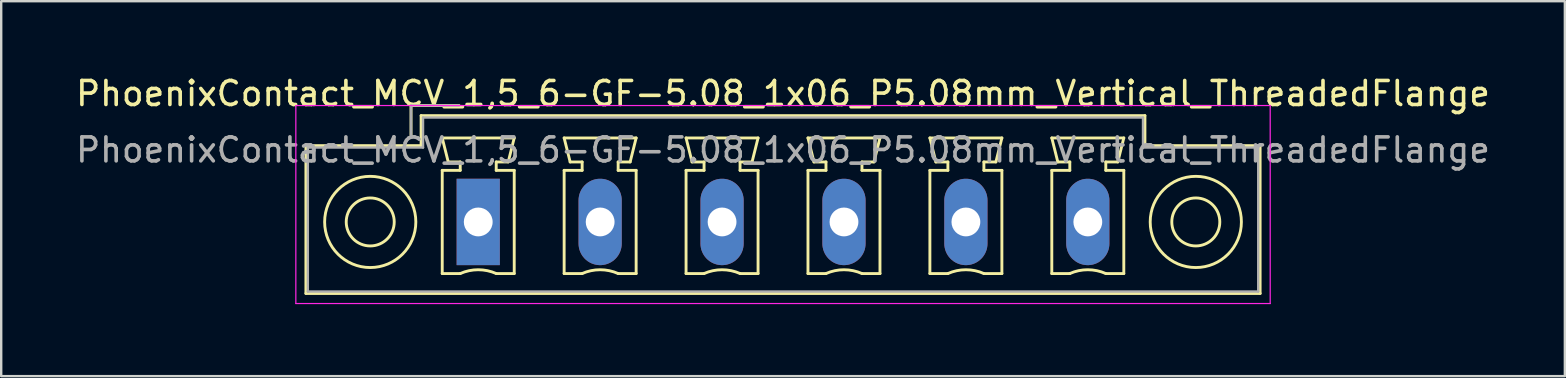
<source format=kicad_pcb>
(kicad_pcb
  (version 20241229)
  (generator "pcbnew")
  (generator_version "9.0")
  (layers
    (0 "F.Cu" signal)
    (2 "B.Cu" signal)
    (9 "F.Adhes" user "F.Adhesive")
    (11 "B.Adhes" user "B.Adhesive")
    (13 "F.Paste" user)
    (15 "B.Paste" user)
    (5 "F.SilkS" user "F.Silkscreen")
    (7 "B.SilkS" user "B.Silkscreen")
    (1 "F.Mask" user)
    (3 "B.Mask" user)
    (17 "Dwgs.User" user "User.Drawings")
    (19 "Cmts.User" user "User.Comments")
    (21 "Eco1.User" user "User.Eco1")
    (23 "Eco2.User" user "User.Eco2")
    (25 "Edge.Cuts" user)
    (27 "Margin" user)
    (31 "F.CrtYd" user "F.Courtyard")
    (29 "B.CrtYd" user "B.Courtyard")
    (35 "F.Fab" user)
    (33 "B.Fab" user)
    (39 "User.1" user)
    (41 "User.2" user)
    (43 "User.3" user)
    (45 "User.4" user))
  (footprint "PhoenixContact_MCV_1,5_6-GF-5.08_1x06_P5.08mm_Vertical_ThreadedFlange"
    (layer "F.Cu")
    (at 16.877 6.198)
    (property "Reference" "PhoenixContact_MCV_1,5_6-GF-5.08_1x06_P5.08mm_Vertical_ThreadedFlange" (at 12.7 -5.35 0) (layer "F.SilkS") (effects (font (size 1 1) (thickness 0.15))))
    (attr through_hole)
    (fp_line (start -7.18 -3.18) (end -7.18 2.98) (stroke (width 0.12) (type solid)) (layer "F.SilkS"))
    (fp_line (start -7.18 2.98) (end 32.58 2.98) (stroke (width 0.12) (type solid)) (layer "F.SilkS"))
    (fp_line (start -2.8 -4.85) (end -0.8 -4.85) (stroke (width 0.12) (type solid)) (layer "F.SilkS"))
    (fp_line (start -2.8 -3.6) (end -2.8 -4.85) (stroke (width 0.12) (type solid)) (layer "F.SilkS"))
    (fp_line (start -2.38 -4.43) (end -2.38 -3.18) (stroke (width 0.12) (type solid)) (layer "F.SilkS"))
    (fp_line (start -2.38 -3.18) (end -7.18 -3.18) (stroke (width 0.12) (type solid)) (layer "F.SilkS"))
    (fp_line (start -1.5 -3.5) (end 1.5 -3.5) (stroke (width 0.12) (type solid)) (layer "F.SilkS"))
    (fp_line (start -1.5 -2.15) (end -0.75 -2.15) (stroke (width 0.12) (type solid)) (layer "F.SilkS"))
    (fp_line (start -1.5 2.15) (end -1.5 -2.15) (stroke (width 0.12) (type solid)) (layer "F.SilkS"))
    (fp_line (start -1.25 -2.5) (end -1.5 -3.5) (stroke (width 0.12) (type solid)) (layer "F.SilkS"))
    (fp_line (start -0.75 -2.5) (end -1.25 -2.5) (stroke (width 0.12) (type solid)) (layer "F.SilkS"))
    (fp_line (start -0.75 -2.15) (end -0.75 -2.5) (stroke (width 0.12) (type solid)) (layer "F.SilkS"))
    (fp_line (start -0.75 2.15) (end -1.5 2.15) (stroke (width 0.12) (type solid)) (layer "F.SilkS"))
    (fp_line (start 0.75 -2.5) (end 0.75 -2.15) (stroke (width 0.12) (type solid)) (layer "F.SilkS"))
    (fp_line (start 0.75 -2.15) (end 1.5 -2.15) (stroke (width 0.12) (type solid)) (layer "F.SilkS"))
    (fp_line (start 1.25 -2.5) (end 0.75 -2.5) (stroke (width 0.12) (type solid)) (layer "F.SilkS"))
    (fp_line (start 1.5 -3.5) (end 1.25 -2.5) (stroke (width 0.12) (type solid)) (layer "F.SilkS"))
    (fp_line (start 1.5 -2.15) (end 1.5 2.15) (stroke (width 0.12) (type solid)) (layer "F.SilkS"))
    (fp_line (start 1.5 2.15) (end 0.75 2.15) (stroke (width 0.12) (type solid)) (layer "F.SilkS"))
    (fp_line (start 3.58 -3.5) (end 6.58 -3.5) (stroke (width 0.12) (type solid)) (layer "F.SilkS"))
    (fp_line (start 3.58 -2.15) (end 4.33 -2.15) (stroke (width 0.12) (type solid)) (layer "F.SilkS"))
    (fp_line (start 3.58 2.15) (end 3.58 -2.15) (stroke (width 0.12) (type solid)) (layer "F.SilkS"))
    (fp_line (start 3.83 -2.5) (end 3.58 -3.5) (stroke (width 0.12) (type solid)) (layer "F.SilkS"))
    (fp_line (start 4.33 -2.5) (end 3.83 -2.5) (stroke (width 0.12) (type solid)) (layer "F.SilkS"))
    (fp_line (start 4.33 -2.15) (end 4.33 -2.5) (stroke (width 0.12) (type solid)) (layer "F.SilkS"))
    (fp_line (start 4.33 2.15) (end 3.58 2.15) (stroke (width 0.12) (type solid)) (layer "F.SilkS"))
    (fp_line (start 5.83 -2.5) (end 5.83 -2.15) (stroke (width 0.12) (type solid)) (layer "F.SilkS"))
    (fp_line (start 5.83 -2.15) (end 6.58 -2.15) (stroke (width 0.12) (type solid)) (layer "F.SilkS"))
    (fp_line (start 6.33 -2.5) (end 5.83 -2.5) (stroke (width 0.12) (type solid)) (layer "F.SilkS"))
    (fp_line (start 6.58 -3.5) (end 6.33 -2.5) (stroke (width 0.12) (type solid)) (layer "F.SilkS"))
    (fp_line (start 6.58 -2.15) (end 6.58 2.15) (stroke (width 0.12) (type solid)) (layer "F.SilkS"))
    (fp_line (start 6.58 2.15) (end 5.83 2.15) (stroke (width 0.12) (type solid)) (layer "F.SilkS"))
    (fp_line (start 8.66 -3.5) (end 11.66 -3.5) (stroke (width 0.12) (type solid)) (layer "F.SilkS"))
    (fp_line (start 8.66 -2.15) (end 9.41 -2.15) (stroke (width 0.12) (type solid)) (layer "F.SilkS"))
    (fp_line (start 8.66 2.15) (end 8.66 -2.15) (stroke (width 0.12) (type solid)) (layer "F.SilkS"))
    (fp_line (start 8.91 -2.5) (end 8.66 -3.5) (stroke (width 0.12) (type solid)) (layer "F.SilkS"))
    (fp_line (start 9.41 -2.5) (end 8.91 -2.5) (stroke (width 0.12) (type solid)) (layer "F.SilkS"))
    (fp_line (start 9.41 -2.15) (end 9.41 -2.5) (stroke (width 0.12) (type solid)) (layer "F.SilkS"))
    (fp_line (start 9.41 2.15) (end 8.66 2.15) (stroke (width 0.12) (type solid)) (layer "F.SilkS"))
    (fp_line (start 10.91 -2.5) (end 10.91 -2.15) (stroke (width 0.12) (type solid)) (layer "F.SilkS"))
    (fp_line (start 10.91 -2.15) (end 11.66 -2.15) (stroke (width 0.12) (type solid)) (layer "F.SilkS"))
    (fp_line (start 11.41 -2.5) (end 10.91 -2.5) (stroke (width 0.12) (type solid)) (layer "F.SilkS"))
    (fp_line (start 11.66 -3.5) (end 11.41 -2.5) (stroke (width 0.12) (type solid)) (layer "F.SilkS"))
    (fp_line (start 11.66 -2.15) (end 11.66 2.15) (stroke (width 0.12) (type solid)) (layer "F.SilkS"))
    (fp_line (start 11.66 2.15) (end 10.91 2.15) (stroke (width 0.12) (type solid)) (layer "F.SilkS"))
    (fp_line (start 13.74 -3.5) (end 16.74 -3.5) (stroke (width 0.12) (type solid)) (layer "F.SilkS"))
    (fp_line (start 13.74 -2.15) (end 14.49 -2.15) (stroke (width 0.12) (type solid)) (layer "F.SilkS"))
    (fp_line (start 13.74 2.15) (end 13.74 -2.15) (stroke (width 0.12) (type solid)) (layer "F.SilkS"))
    (fp_line (start 13.99 -2.5) (end 13.74 -3.5) (stroke (width 0.12) (type solid)) (layer "F.SilkS"))
    (fp_line (start 14.49 -2.5) (end 13.99 -2.5) (stroke (width 0.12) (type solid)) (layer "F.SilkS"))
    (fp_line (start 14.49 -2.15) (end 14.49 -2.5) (stroke (width 0.12) (type solid)) (layer "F.SilkS"))
    (fp_line (start 14.49 2.15) (end 13.74 2.15) (stroke (width 0.12) (type solid)) (layer "F.SilkS"))
    (fp_line (start 15.99 -2.5) (end 15.99 -2.15) (stroke (width 0.12) (type solid)) (layer "F.SilkS"))
    (fp_line (start 15.99 -2.15) (end 16.74 -2.15) (stroke (width 0.12) (type solid)) (layer "F.SilkS"))
    (fp_line (start 16.49 -2.5) (end 15.99 -2.5) (stroke (width 0.12) (type solid)) (layer "F.SilkS"))
    (fp_line (start 16.74 -3.5) (end 16.49 -2.5) (stroke (width 0.12) (type solid)) (layer "F.SilkS"))
    (fp_line (start 16.74 -2.15) (end 16.74 2.15) (stroke (width 0.12) (type solid)) (layer "F.SilkS"))
    (fp_line (start 16.74 2.15) (end 15.99 2.15) (stroke (width 0.12) (type solid)) (layer "F.SilkS"))
    (fp_line (start 18.82 -3.5) (end 21.82 -3.5) (stroke (width 0.12) (type solid)) (layer "F.SilkS"))
    (fp_line (start 18.82 -2.15) (end 19.57 -2.15) (stroke (width 0.12) (type solid)) (layer "F.SilkS"))
    (fp_line (start 18.82 2.15) (end 18.82 -2.15) (stroke (width 0.12) (type solid)) (layer "F.SilkS"))
    (fp_line (start 19.07 -2.5) (end 18.82 -3.5) (stroke (width 0.12) (type solid)) (layer "F.SilkS"))
    (fp_line (start 19.57 -2.5) (end 19.07 -2.5) (stroke (width 0.12) (type solid)) (layer "F.SilkS"))
    (fp_line (start 19.57 -2.15) (end 19.57 -2.5) (stroke (width 0.12) (type solid)) (layer "F.SilkS"))
    (fp_line (start 19.57 2.15) (end 18.82 2.15) (stroke (width 0.12) (type solid)) (layer "F.SilkS"))
    (fp_line (start 21.07 -2.5) (end 21.07 -2.15) (stroke (width 0.12) (type solid)) (layer "F.SilkS"))
    (fp_line (start 21.07 -2.15) (end 21.82 -2.15) (stroke (width 0.12) (type solid)) (layer "F.SilkS"))
    (fp_line (start 21.57 -2.5) (end 21.07 -2.5) (stroke (width 0.12) (type solid)) (layer "F.SilkS"))
    (fp_line (start 21.82 -3.5) (end 21.57 -2.5) (stroke (width 0.12) (type solid)) (layer "F.SilkS"))
    (fp_line (start 21.82 -2.15) (end 21.82 2.15) (stroke (width 0.12) (type solid)) (layer "F.SilkS"))
    (fp_line (start 21.82 2.15) (end 21.07 2.15) (stroke (width 0.12) (type solid)) (layer "F.SilkS"))
    (fp_line (start 23.9 -3.5) (end 26.9 -3.5) (stroke (width 0.12) (type solid)) (layer "F.SilkS"))
    (fp_line (start 23.9 -2.15) (end 24.65 -2.15) (stroke (width 0.12) (type solid)) (layer "F.SilkS"))
    (fp_line (start 23.9 2.15) (end 23.9 -2.15) (stroke (width 0.12) (type solid)) (layer "F.SilkS"))
    (fp_line (start 24.15 -2.5) (end 23.9 -3.5) (stroke (width 0.12) (type solid)) (layer "F.SilkS"))
    (fp_line (start 24.65 -2.5) (end 24.15 -2.5) (stroke (width 0.12) (type solid)) (layer "F.SilkS"))
    (fp_line (start 24.65 -2.15) (end 24.65 -2.5) (stroke (width 0.12) (type solid)) (layer "F.SilkS"))
    (fp_line (start 24.65 2.15) (end 23.9 2.15) (stroke (width 0.12) (type solid)) (layer "F.SilkS"))
    (fp_line (start 26.15 -2.5) (end 26.15 -2.15) (stroke (width 0.12) (type solid)) (layer "F.SilkS"))
    (fp_line (start 26.15 -2.15) (end 26.9 -2.15) (stroke (width 0.12) (type solid)) (layer "F.SilkS"))
    (fp_line (start 26.65 -2.5) (end 26.15 -2.5) (stroke (width 0.12) (type solid)) (layer "F.SilkS"))
    (fp_line (start 26.9 -3.5) (end 26.65 -2.5) (stroke (width 0.12) (type solid)) (layer "F.SilkS"))
    (fp_line (start 26.9 -2.15) (end 26.9 2.15) (stroke (width 0.12) (type solid)) (layer "F.SilkS"))
    (fp_line (start 26.9 2.15) (end 26.15 2.15) (stroke (width 0.12) (type solid)) (layer "F.SilkS"))
    (fp_line (start 27.78 -4.43) (end -2.38 -4.43) (stroke (width 0.12) (type solid)) (layer "F.SilkS"))
    (fp_line (start 27.78 -3.18) (end 27.78 -4.43) (stroke (width 0.12) (type solid)) (layer "F.SilkS"))
    (fp_line (start 32.58 -3.18) (end 27.78 -3.18) (stroke (width 0.12) (type solid)) (layer "F.SilkS"))
    (fp_line (start 32.58 2.98) (end 32.58 -3.18) (stroke (width 0.12) (type solid)) (layer "F.SilkS"))
    (fp_arc (start -0.75 2.15) (mid -0.000193 1.99191) (end 0.749647 2.149844) (stroke (width 0.12) (type solid)) (layer "F.SilkS"))
    (fp_arc (start 4.33 2.15) (mid 5.079807 1.99191) (end 5.829647 2.149844) (stroke (width 0.12) (type solid)) (layer "F.SilkS"))
    (fp_arc (start 9.41 2.15) (mid 10.159807 1.99191) (end 10.909647 2.149844) (stroke (width 0.12) (type solid)) (layer "F.SilkS"))
    (fp_arc (start 14.49 2.15) (mid 15.239807 1.99191) (end 15.989647 2.149844) (stroke (width 0.12) (type solid)) (layer "F.SilkS"))
    (fp_arc (start 19.57 2.15) (mid 20.319807 1.99191) (end 21.069647 2.149844) (stroke (width 0.12) (type solid)) (layer "F.SilkS"))
    (fp_arc (start 24.65 2.15) (mid 25.399807 1.99191) (end 26.149647 2.149844) (stroke (width 0.12) (type solid)) (layer "F.SilkS"))
    (fp_circle (center -4.5 0) (end -3.5 0) (stroke (width 0.12) (type solid)) (fill no) (layer "F.SilkS"))
    (fp_circle (center -4.5 0) (end -2.6 0) (stroke (width 0.12) (type solid)) (fill no) (layer "F.SilkS"))
    (fp_circle (center 29.9 0) (end 30.9 0) (stroke (width 0.12) (type solid)) (fill no) (layer "F.SilkS"))
    (fp_circle (center 29.9 0) (end 31.8 0) (stroke (width 0.12) (type solid)) (fill no) (layer "F.SilkS"))
    (fp_line (start -7.6 -4.85) (end -7.6 3.4) (stroke (width 0.05) (type solid)) (layer "F.CrtYd"))
    (fp_line (start -7.6 3.4) (end 33 3.4) (stroke (width 0.05) (type solid)) (layer "F.CrtYd"))
    (fp_line (start 33 -4.85) (end -7.6 -4.85) (stroke (width 0.05) (type solid)) (layer "F.CrtYd"))
    (fp_line (start 33 3.4) (end 33 -4.85) (stroke (width 0.05) (type solid)) (layer "F.CrtYd"))
    (fp_line (start -7.1 -3.1) (end -7.1 2.9) (stroke (width 0.1) (type solid)) (layer "F.Fab"))
    (fp_line (start -7.1 2.9) (end 32.5 2.9) (stroke (width 0.1) (type solid)) (layer "F.Fab"))
    (fp_line (start -2.8 -4.85) (end -0.8 -4.85) (stroke (width 0.1) (type solid)) (layer "F.Fab"))
    (fp_line (start -2.8 -3.6) (end -2.8 -4.85) (stroke (width 0.1) (type solid)) (layer "F.Fab"))
    (fp_line (start -2.3 -4.35) (end -2.3 -3.1) (stroke (width 0.1) (type solid)) (layer "F.Fab"))
    (fp_line (start -2.3 -3.1) (end -7.1 -3.1) (stroke (width 0.1) (type solid)) (layer "F.Fab"))
    (fp_line (start 27.7 -4.35) (end -2.3 -4.35) (stroke (width 0.1) (type solid)) (layer "F.Fab"))
    (fp_line (start 27.7 -3.1) (end 27.7 -4.35) (stroke (width 0.1) (type solid)) (layer "F.Fab"))
    (fp_line (start 32.5 -3.1) (end 27.7 -3.1) (stroke (width 0.1) (type solid)) (layer "F.Fab"))
    (fp_line (start 32.5 2.9) (end 32.5 -3.1) (stroke (width 0.1) (type solid)) (layer "F.Fab"))
    (fp_text user "${REFERENCE}" (at 12.7 -3 0) (layer "F.Fab") (effects (font (size 1 1) (thickness 0.15))))
    (pad "1" thru_hole rect (at 0 0) (size 1.8 3.6) (drill 1.2) (layers "*.Cu" "*.Mask"))
    (pad "2" thru_hole oval (at 5.08 0) (size 1.8 3.6) (drill 1.2) (layers "*.Cu" "*.Mask"))
    (pad "3" thru_hole oval (at 10.16 0) (size 1.8 3.6) (drill 1.2) (layers "*.Cu" "*.Mask"))
    (pad "4" thru_hole oval (at 15.24 0) (size 1.8 3.6) (drill 1.2) (layers "*.Cu" "*.Mask"))
    (pad "5" thru_hole oval (at 20.32 0) (size 1.8 3.6) (drill 1.2) (layers "*.Cu" "*.Mask"))
    (pad "6" thru_hole oval (at 25.4 0) (size 1.8 3.6) (drill 1.2) (layers "*.Cu" "*.Mask")))
  (gr_rect
    (start -3 -3)
    (end 62.155 12.623)
    (stroke (width 0.1) (type default))
    (fill no)
    (layer "Edge.Cuts")))
</source>
